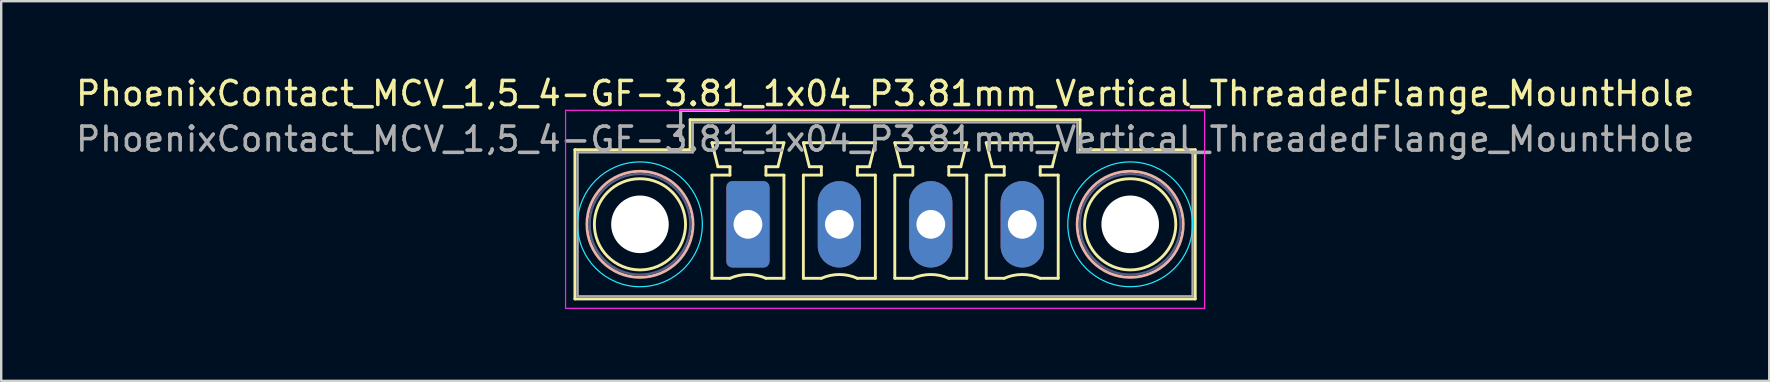
<source format=kicad_pcb>
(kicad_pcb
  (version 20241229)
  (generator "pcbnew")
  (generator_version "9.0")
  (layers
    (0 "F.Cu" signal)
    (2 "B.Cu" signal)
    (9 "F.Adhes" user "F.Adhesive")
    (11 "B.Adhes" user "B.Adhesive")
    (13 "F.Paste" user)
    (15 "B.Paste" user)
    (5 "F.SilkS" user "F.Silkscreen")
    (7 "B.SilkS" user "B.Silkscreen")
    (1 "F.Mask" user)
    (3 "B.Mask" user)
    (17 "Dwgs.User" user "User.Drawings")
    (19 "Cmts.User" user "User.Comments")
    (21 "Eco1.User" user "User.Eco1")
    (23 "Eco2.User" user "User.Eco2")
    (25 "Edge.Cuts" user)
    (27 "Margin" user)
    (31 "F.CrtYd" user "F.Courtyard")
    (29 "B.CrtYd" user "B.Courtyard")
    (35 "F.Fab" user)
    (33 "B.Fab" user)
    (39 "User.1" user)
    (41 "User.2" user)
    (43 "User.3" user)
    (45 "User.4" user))
  (footprint "PhoenixContact_MCV_1,5_4-GF-3.81_1x04_P3.81mm_Vertical_ThreadedFlange_MountHole"
    (layer "F.Cu")
    (at 28.119 6.298)
    (property "Reference" "PhoenixContact_MCV_1,5_4-GF-3.81_1x04_P3.81mm_Vertical_ThreadedFlange_MountHole" (at 5.72 -5.45 0) (layer "F.SilkS") (effects (font (size 1 1) (thickness 0.15))))
    (attr through_hole)
    (fp_line (start -7.21 -3.11) (end -7.21 3.11) (stroke (width 0.12) (type solid)) (layer "F.SilkS"))
    (fp_line (start -7.21 3.11) (end 18.64 3.11) (stroke (width 0.12) (type solid)) (layer "F.SilkS"))
    (fp_line (start -2.8 -4.75) (end -0.8 -4.75) (stroke (width 0.12) (type solid)) (layer "F.SilkS"))
    (fp_line (start -2.8 -3.5) (end -2.8 -4.75) (stroke (width 0.12) (type solid)) (layer "F.SilkS"))
    (fp_line (start -2.41 -4.36) (end -2.41 -3.11) (stroke (width 0.12) (type solid)) (layer "F.SilkS"))
    (fp_line (start -2.41 -3.11) (end -7.21 -3.11) (stroke (width 0.12) (type solid)) (layer "F.SilkS"))
    (fp_line (start -1.5 -3.4) (end 1.5 -3.4) (stroke (width 0.12) (type solid)) (layer "F.SilkS"))
    (fp_line (start -1.5 -2.05) (end -0.75 -2.05) (stroke (width 0.12) (type solid)) (layer "F.SilkS"))
    (fp_line (start -1.5 2.25) (end -1.5 -2.05) (stroke (width 0.12) (type solid)) (layer "F.SilkS"))
    (fp_line (start -1.25 -2.4) (end -1.5 -3.4) (stroke (width 0.12) (type solid)) (layer "F.SilkS"))
    (fp_line (start -0.75 -2.4) (end -1.25 -2.4) (stroke (width 0.12) (type solid)) (layer "F.SilkS"))
    (fp_line (start -0.75 -2.05) (end -0.75 -2.4) (stroke (width 0.12) (type solid)) (layer "F.SilkS"))
    (fp_line (start -0.75 2.25) (end -1.5 2.25) (stroke (width 0.12) (type solid)) (layer "F.SilkS"))
    (fp_line (start 0.75 -2.4) (end 0.75 -2.05) (stroke (width 0.12) (type solid)) (layer "F.SilkS"))
    (fp_line (start 0.75 -2.05) (end 1.5 -2.05) (stroke (width 0.12) (type solid)) (layer "F.SilkS"))
    (fp_line (start 1.25 -2.4) (end 0.75 -2.4) (stroke (width 0.12) (type solid)) (layer "F.SilkS"))
    (fp_line (start 1.5 -3.4) (end 1.25 -2.4) (stroke (width 0.12) (type solid)) (layer "F.SilkS"))
    (fp_line (start 1.5 -2.05) (end 1.5 2.25) (stroke (width 0.12) (type solid)) (layer "F.SilkS"))
    (fp_line (start 1.5 2.25) (end 0.75 2.25) (stroke (width 0.12) (type solid)) (layer "F.SilkS"))
    (fp_line (start 2.31 -3.4) (end 5.31 -3.4) (stroke (width 0.12) (type solid)) (layer "F.SilkS"))
    (fp_line (start 2.31 -2.05) (end 3.06 -2.05) (stroke (width 0.12) (type solid)) (layer "F.SilkS"))
    (fp_line (start 2.31 2.25) (end 2.31 -2.05) (stroke (width 0.12) (type solid)) (layer "F.SilkS"))
    (fp_line (start 2.56 -2.4) (end 2.31 -3.4) (stroke (width 0.12) (type solid)) (layer "F.SilkS"))
    (fp_line (start 3.06 -2.4) (end 2.56 -2.4) (stroke (width 0.12) (type solid)) (layer "F.SilkS"))
    (fp_line (start 3.06 -2.05) (end 3.06 -2.4) (stroke (width 0.12) (type solid)) (layer "F.SilkS"))
    (fp_line (start 3.06 2.25) (end 2.31 2.25) (stroke (width 0.12) (type solid)) (layer "F.SilkS"))
    (fp_line (start 4.56 -2.4) (end 4.56 -2.05) (stroke (width 0.12) (type solid)) (layer "F.SilkS"))
    (fp_line (start 4.56 -2.05) (end 5.31 -2.05) (stroke (width 0.12) (type solid)) (layer "F.SilkS"))
    (fp_line (start 5.06 -2.4) (end 4.56 -2.4) (stroke (width 0.12) (type solid)) (layer "F.SilkS"))
    (fp_line (start 5.31 -3.4) (end 5.06 -2.4) (stroke (width 0.12) (type solid)) (layer "F.SilkS"))
    (fp_line (start 5.31 -2.05) (end 5.31 2.25) (stroke (width 0.12) (type solid)) (layer "F.SilkS"))
    (fp_line (start 5.31 2.25) (end 4.56 2.25) (stroke (width 0.12) (type solid)) (layer "F.SilkS"))
    (fp_line (start 6.12 -3.4) (end 9.12 -3.4) (stroke (width 0.12) (type solid)) (layer "F.SilkS"))
    (fp_line (start 6.12 -2.05) (end 6.87 -2.05) (stroke (width 0.12) (type solid)) (layer "F.SilkS"))
    (fp_line (start 6.12 2.25) (end 6.12 -2.05) (stroke (width 0.12) (type solid)) (layer "F.SilkS"))
    (fp_line (start 6.37 -2.4) (end 6.12 -3.4) (stroke (width 0.12) (type solid)) (layer "F.SilkS"))
    (fp_line (start 6.87 -2.4) (end 6.37 -2.4) (stroke (width 0.12) (type solid)) (layer "F.SilkS"))
    (fp_line (start 6.87 -2.05) (end 6.87 -2.4) (stroke (width 0.12) (type solid)) (layer "F.SilkS"))
    (fp_line (start 6.87 2.25) (end 6.12 2.25) (stroke (width 0.12) (type solid)) (layer "F.SilkS"))
    (fp_line (start 8.37 -2.4) (end 8.37 -2.05) (stroke (width 0.12) (type solid)) (layer "F.SilkS"))
    (fp_line (start 8.37 -2.05) (end 9.12 -2.05) (stroke (width 0.12) (type solid)) (layer "F.SilkS"))
    (fp_line (start 8.87 -2.4) (end 8.37 -2.4) (stroke (width 0.12) (type solid)) (layer "F.SilkS"))
    (fp_line (start 9.12 -3.4) (end 8.87 -2.4) (stroke (width 0.12) (type solid)) (layer "F.SilkS"))
    (fp_line (start 9.12 -2.05) (end 9.12 2.25) (stroke (width 0.12) (type solid)) (layer "F.SilkS"))
    (fp_line (start 9.12 2.25) (end 8.37 2.25) (stroke (width 0.12) (type solid)) (layer "F.SilkS"))
    (fp_line (start 9.93 -3.4) (end 12.93 -3.4) (stroke (width 0.12) (type solid)) (layer "F.SilkS"))
    (fp_line (start 9.93 -2.05) (end 10.68 -2.05) (stroke (width 0.12) (type solid)) (layer "F.SilkS"))
    (fp_line (start 9.93 2.25) (end 9.93 -2.05) (stroke (width 0.12) (type solid)) (layer "F.SilkS"))
    (fp_line (start 10.18 -2.4) (end 9.93 -3.4) (stroke (width 0.12) (type solid)) (layer "F.SilkS"))
    (fp_line (start 10.68 -2.4) (end 10.18 -2.4) (stroke (width 0.12) (type solid)) (layer "F.SilkS"))
    (fp_line (start 10.68 -2.05) (end 10.68 -2.4) (stroke (width 0.12) (type solid)) (layer "F.SilkS"))
    (fp_line (start 10.68 2.25) (end 9.93 2.25) (stroke (width 0.12) (type solid)) (layer "F.SilkS"))
    (fp_line (start 12.18 -2.4) (end 12.18 -2.05) (stroke (width 0.12) (type solid)) (layer "F.SilkS"))
    (fp_line (start 12.18 -2.05) (end 12.93 -2.05) (stroke (width 0.12) (type solid)) (layer "F.SilkS"))
    (fp_line (start 12.68 -2.4) (end 12.18 -2.4) (stroke (width 0.12) (type solid)) (layer "F.SilkS"))
    (fp_line (start 12.93 -3.4) (end 12.68 -2.4) (stroke (width 0.12) (type solid)) (layer "F.SilkS"))
    (fp_line (start 12.93 -2.05) (end 12.93 2.25) (stroke (width 0.12) (type solid)) (layer "F.SilkS"))
    (fp_line (start 12.93 2.25) (end 12.18 2.25) (stroke (width 0.12) (type solid)) (layer "F.SilkS"))
    (fp_line (start 13.84 -4.36) (end -2.41 -4.36) (stroke (width 0.12) (type solid)) (layer "F.SilkS"))
    (fp_line (start 13.84 -3.11) (end 13.84 -4.36) (stroke (width 0.12) (type solid)) (layer "F.SilkS"))
    (fp_line (start 18.64 -3.11) (end 13.84 -3.11) (stroke (width 0.12) (type solid)) (layer "F.SilkS"))
    (fp_line (start 18.64 3.11) (end 18.64 -3.11) (stroke (width 0.12) (type solid)) (layer "F.SilkS"))
    (fp_arc (start -0.75 2.25) (mid -0.000193 2.09191) (end 0.749647 2.249844) (stroke (width 0.12) (type solid)) (layer "F.SilkS"))
    (fp_arc (start 3.06 2.25) (mid 3.809807 2.09191) (end 4.559647 2.249844) (stroke (width 0.12) (type solid)) (layer "F.SilkS"))
    (fp_arc (start 6.87 2.25) (mid 7.619807 2.09191) (end 8.369647 2.249844) (stroke (width 0.12) (type solid)) (layer "F.SilkS"))
    (fp_arc (start 10.68 2.25) (mid 11.429807 2.09191) (end 12.179647 2.249844) (stroke (width 0.12) (type solid)) (layer "F.SilkS"))
    (fp_circle (center -4.5 0) (end -2.6 0) (stroke (width 0.12) (type solid)) (fill no) (layer "F.SilkS"))
    (fp_circle (center 15.93 0) (end 17.83 0) (stroke (width 0.12) (type solid)) (fill no) (layer "F.SilkS"))
    (fp_circle (center -4.5 0) (end -2.29 0) (stroke (width 0.12) (type solid)) (fill no) (layer "B.SilkS"))
    (fp_circle (center 15.93 0) (end 18.14 0) (stroke (width 0.12) (type solid)) (fill no) (layer "B.SilkS"))
    (fp_circle (center -4.5 0) (end -1.9 0) (stroke (width 0.05) (type solid)) (fill no) (layer "B.CrtYd"))
    (fp_circle (center 15.93 0) (end 18.53 0) (stroke (width 0.05) (type solid)) (fill no) (layer "B.CrtYd"))
    (fp_line (start -7.6 -4.75) (end -7.6 3.5) (stroke (width 0.05) (type solid)) (layer "F.CrtYd"))
    (fp_line (start -7.6 3.5) (end 19.03 3.5) (stroke (width 0.05) (type solid)) (layer "F.CrtYd"))
    (fp_line (start 19.03 -4.75) (end -7.6 -4.75) (stroke (width 0.05) (type solid)) (layer "F.CrtYd"))
    (fp_line (start 19.03 3.5) (end 19.03 -4.75) (stroke (width 0.05) (type solid)) (layer "F.CrtYd"))
    (fp_circle (center -4.5 0) (end -2.4 0) (stroke (width 0.1) (type solid)) (fill no) (layer "B.Fab"))
    (fp_circle (center 15.93 0) (end 18.03 0) (stroke (width 0.1) (type solid)) (fill no) (layer "B.Fab"))
    (fp_line (start -7.1 -3) (end -7.1 3) (stroke (width 0.1) (type solid)) (layer "F.Fab"))
    (fp_line (start -7.1 3) (end 18.53 3) (stroke (width 0.1) (type solid)) (layer "F.Fab"))
    (fp_line (start -2.8 -4.75) (end -0.8 -4.75) (stroke (width 0.1) (type solid)) (layer "F.Fab"))
    (fp_line (start -2.8 -3.5) (end -2.8 -4.75) (stroke (width 0.1) (type solid)) (layer "F.Fab"))
    (fp_line (start -2.3 -4.25) (end -2.3 -3) (stroke (width 0.1) (type solid)) (layer "F.Fab"))
    (fp_line (start -2.3 -3) (end -7.1 -3) (stroke (width 0.1) (type solid)) (layer "F.Fab"))
    (fp_line (start 13.73 -4.25) (end -2.3 -4.25) (stroke (width 0.1) (type solid)) (layer "F.Fab"))
    (fp_line (start 13.73 -3) (end 13.73 -4.25) (stroke (width 0.1) (type solid)) (layer "F.Fab"))
    (fp_line (start 18.53 -3) (end 13.73 -3) (stroke (width 0.1) (type solid)) (layer "F.Fab"))
    (fp_line (start 18.53 3) (end 18.53 -3) (stroke (width 0.1) (type solid)) (layer "F.Fab"))
    (fp_text user "${REFERENCE}" (at 5.72 -3.55 0) (layer "F.Fab") (effects (font (size 1 1) (thickness 0.15))))
    (pad "" np_thru_hole circle (at -4.5 0) (size 2.4 2.4) (drill 2.4) (layers "*.Cu" "*.Mask"))
    (pad "" np_thru_hole circle (at 15.93 0) (size 2.4 2.4) (drill 2.4) (layers "*.Cu" "*.Mask"))
    (pad "1" thru_hole roundrect (at 0 0) (size 1.8 3.6) (drill 1.2) (layers "*.Cu" "*.Mask") (roundrect_rratio 0.139))
    (pad "2" thru_hole oval (at 3.81 0) (size 1.8 3.6) (drill 1.2) (layers "*.Cu" "*.Mask"))
    (pad "3" thru_hole oval (at 7.62 0) (size 1.8 3.6) (drill 1.2) (layers "*.Cu" "*.Mask"))
    (pad "4" thru_hole oval (at 11.43 0) (size 1.8 3.6) (drill 1.2) (layers "*.Cu" "*.Mask")))
  (gr_rect
    (start -3 -3)
    (end 70.679 12.823)
    (stroke (width 0.1) (type default))
    (fill no)
    (layer "Edge.Cuts")))
</source>
